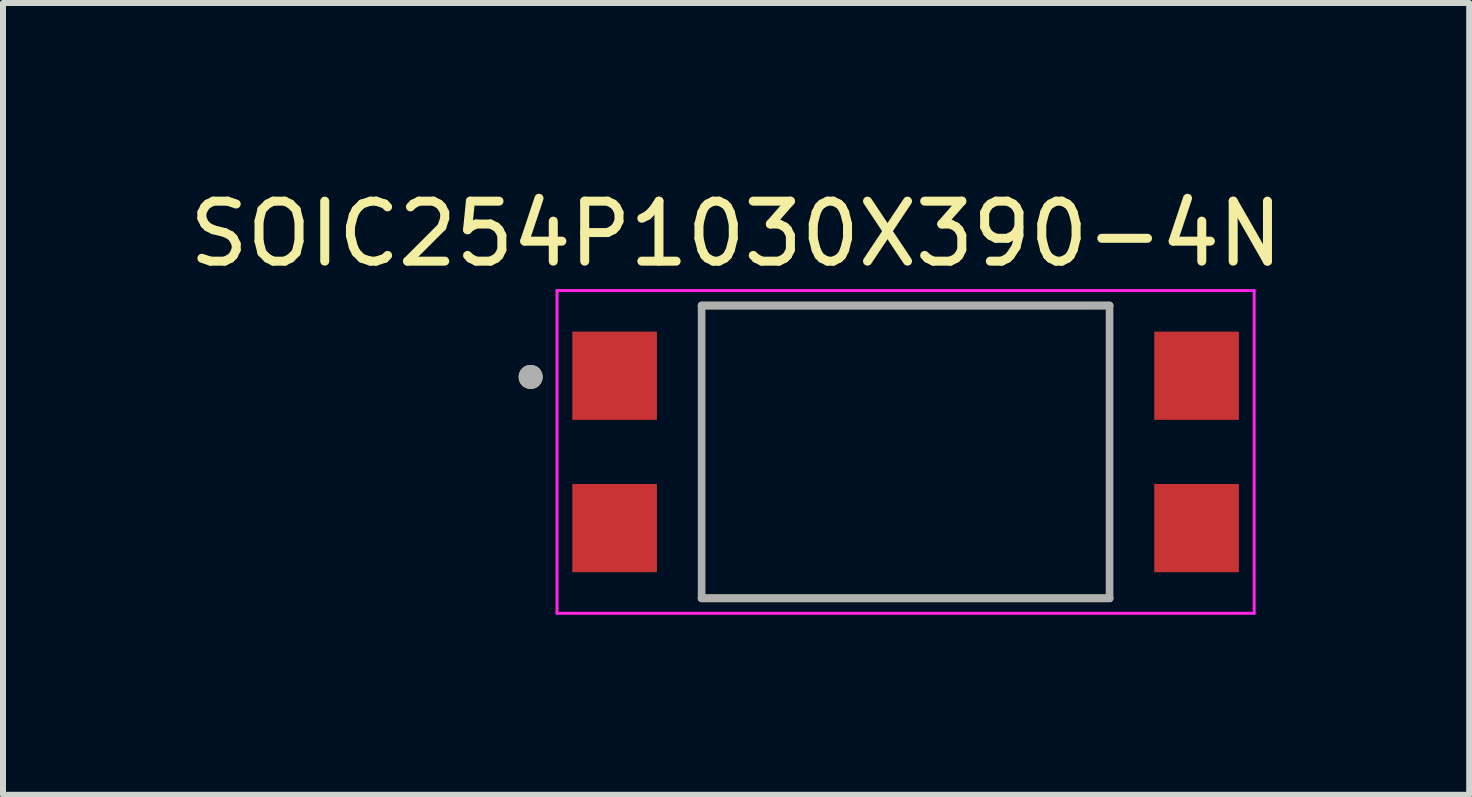
<source format=kicad_pcb>
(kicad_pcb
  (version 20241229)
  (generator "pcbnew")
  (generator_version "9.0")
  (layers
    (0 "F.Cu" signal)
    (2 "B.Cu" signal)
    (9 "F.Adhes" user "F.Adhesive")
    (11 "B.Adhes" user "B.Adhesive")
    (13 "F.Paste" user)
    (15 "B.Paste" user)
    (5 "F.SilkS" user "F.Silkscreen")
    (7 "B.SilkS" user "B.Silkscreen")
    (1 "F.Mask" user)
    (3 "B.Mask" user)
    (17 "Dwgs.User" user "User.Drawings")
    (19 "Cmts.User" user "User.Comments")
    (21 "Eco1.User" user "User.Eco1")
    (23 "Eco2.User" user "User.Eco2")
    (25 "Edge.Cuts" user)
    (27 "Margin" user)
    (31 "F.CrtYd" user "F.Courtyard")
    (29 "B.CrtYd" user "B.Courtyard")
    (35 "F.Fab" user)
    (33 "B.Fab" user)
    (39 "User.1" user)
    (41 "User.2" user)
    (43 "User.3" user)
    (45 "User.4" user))
  (footprint "SOIC254P1030X390-4N"
    (layer "F.Cu")
    (at 12.045 4.483)
    (property "Reference" "SOIC254P1030X390-4N" (at -2.825 -3.635 0) (layer "F.SilkS") (effects (font (size 1 1) (thickness 0.15))))
    (attr through_hole)
    (fp_line (start -3.4 -2.44) (end 3.4 -2.44) (stroke (width 0.127) (type solid)) (layer "F.SilkS"))
    (fp_line (start 3.4 2.44) (end -3.4 2.44) (stroke (width 0.127) (type solid)) (layer "F.SilkS"))
    (fp_circle (center -6.25 -1.25) (end -6.15 -1.25) (stroke (width 0.2) (type solid)) (fill no) (layer "F.SilkS"))
    (fp_line (start -5.81 -2.69) (end 5.81 -2.69) (stroke (width 0.05) (type solid)) (layer "F.CrtYd"))
    (fp_line (start -5.81 2.69) (end -5.81 -2.69) (stroke (width 0.05) (type solid)) (layer "F.CrtYd"))
    (fp_line (start 5.81 -2.69) (end 5.81 2.69) (stroke (width 0.05) (type solid)) (layer "F.CrtYd"))
    (fp_line (start 5.81 2.69) (end -5.81 2.69) (stroke (width 0.05) (type solid)) (layer "F.CrtYd"))
    (fp_line (start -3.4 -2.44) (end -3.4 2.44) (stroke (width 0.127) (type solid)) (layer "F.Fab"))
    (fp_line (start -3.4 2.44) (end 3.4 2.44) (stroke (width 0.127) (type solid)) (layer "F.Fab"))
    (fp_line (start 3.4 -2.44) (end -3.4 -2.44) (stroke (width 0.127) (type solid)) (layer "F.Fab"))
    (fp_line (start 3.4 2.44) (end 3.4 -2.44) (stroke (width 0.127) (type solid)) (layer "F.Fab"))
    (fp_circle (center -6.25 -1.25) (end -6.15 -1.25) (stroke (width 0.2) (type solid)) (fill no) (layer "F.Fab"))
    (pad "1" smd rect (at -4.85 -1.27) (size 1.41 1.47) (layers "F.Cu" "F.Mask" "F.Paste"))
    (pad "2" smd rect (at -4.85 1.27) (size 1.41 1.47) (layers "F.Cu" "F.Mask" "F.Paste"))
    (pad "3" smd rect (at 4.85 1.27) (size 1.41 1.47) (layers "F.Cu" "F.Mask" "F.Paste"))
    (pad "4" smd rect (at 4.85 -1.27) (size 1.41 1.47) (layers "F.Cu" "F.Mask" "F.Paste")))
  (gr_rect
    (start -3 -3)
    (end 21.44 10.198)
    (stroke (width 0.1) (type default))
    (fill no)
    (layer "Edge.Cuts")))
</source>
